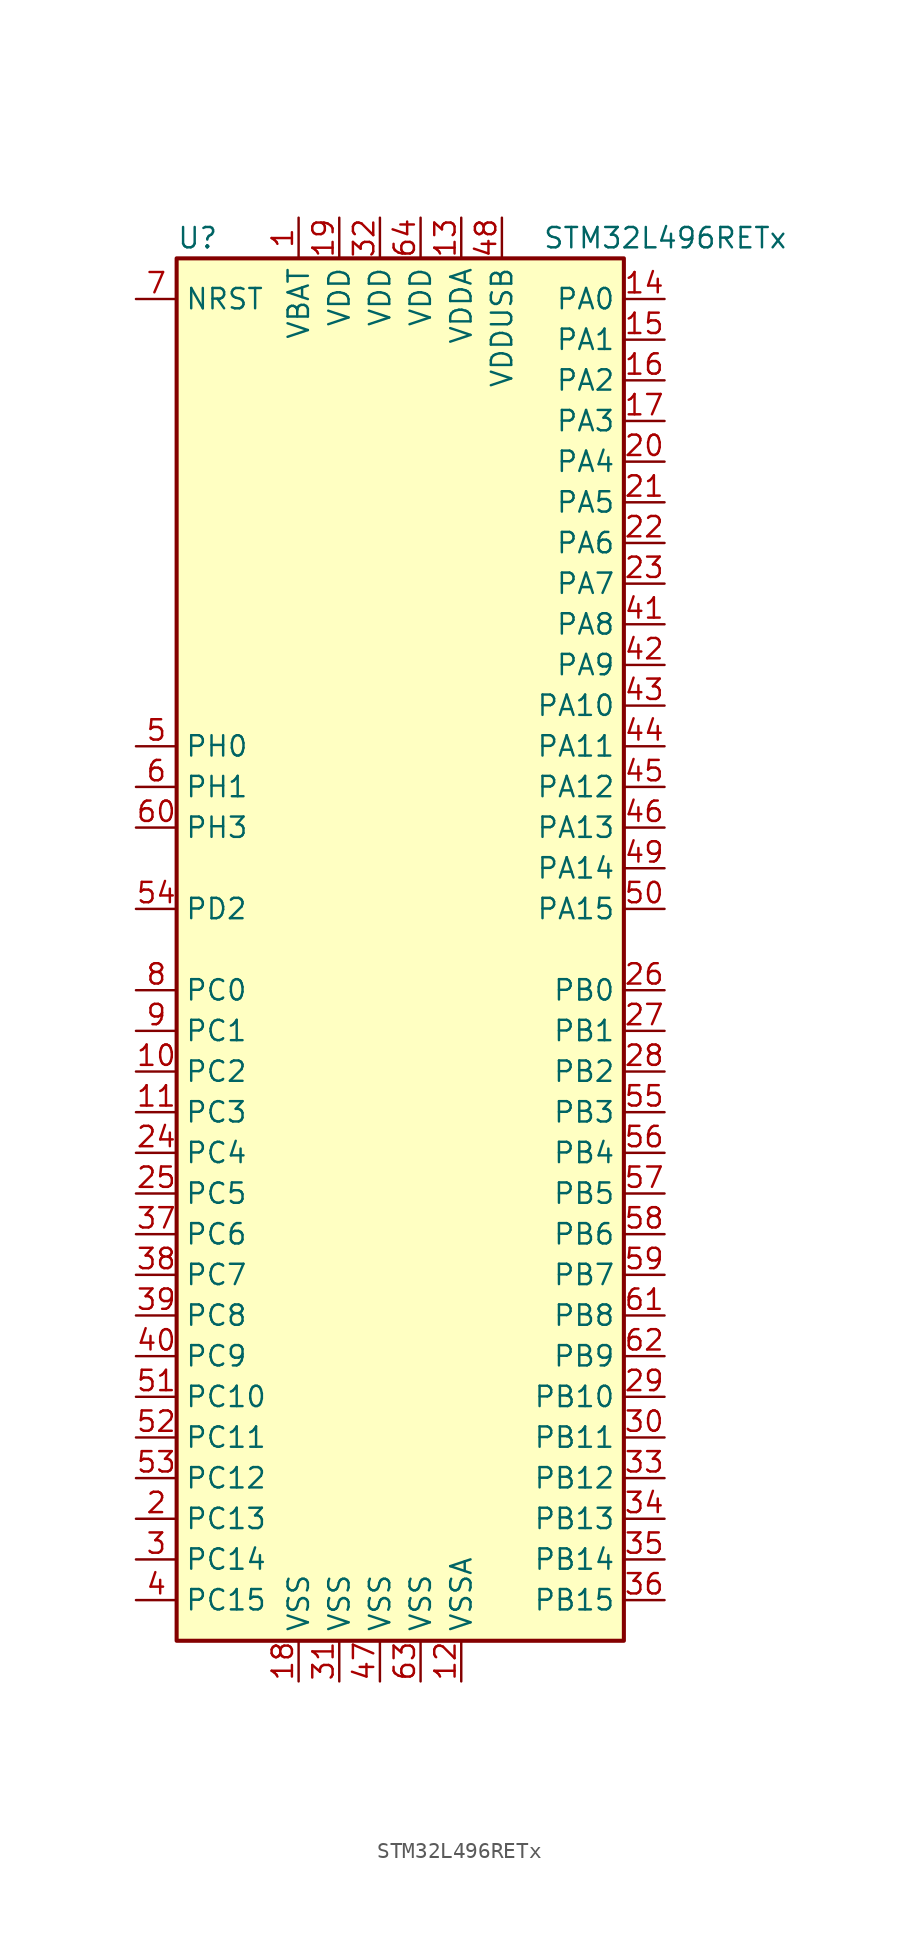
<source format=kicad_sym>
(kicad_symbol_lib
  (version 20201005)
  (generator kicad_symbol_editor)
  (symbol "MCU_ST_STM32L4:STM32L496RETx"
    (property "Reference" "U"
      (at -15.24 44.45 0)
      (effects (font (size 1.27 1.27)) (justify left)))
    (property "Value" "STM32L496RETx"
      (at 7.62 44.45 0)
      (effects (font (size 1.27 1.27)) (justify left)))
    (symbol "STM32L496RETx_0_1"
      (rectangle (start -15.24 -43.18) (end 12.7 43.18) (stroke (width 0.254)) (fill (type background))))
    (symbol "STM32L496RETx_1_1"
      (pin power_in line (at -7.62 45.72 270) (length 2.54) (name "VBAT" (effects (font (size 1.27 1.27)))) (number "1" (effects (font (size 1.27 1.27)))))
      (pin bidirectional line (at -17.78 -7.62 0) (length 2.54) (name "PC2" (effects (font (size 1.27 1.27)))) (number "10" (effects (font (size 1.27 1.27)))))
      (pin bidirectional line (at -17.78 -10.16 0) (length 2.54) (name "PC3" (effects (font (size 1.27 1.27)))) (number "11" (effects (font (size 1.27 1.27)))))
      (pin power_in line (at 2.54 -45.72 90) (length 2.54) (name "VSSA" (effects (font (size 1.27 1.27)))) (number "12" (effects (font (size 1.27 1.27)))))
      (pin power_in line (at 2.54 45.72 270) (length 2.54) (name "VDDA" (effects (font (size 1.27 1.27)))) (number "13" (effects (font (size 1.27 1.27)))))
      (pin bidirectional line (at 15.24 40.64 180) (length 2.54) (name "PA0" (effects (font (size 1.27 1.27)))) (number "14" (effects (font (size 1.27 1.27)))))
      (pin bidirectional line (at 15.24 38.1 180) (length 2.54) (name "PA1" (effects (font (size 1.27 1.27)))) (number "15" (effects (font (size 1.27 1.27)))))
      (pin bidirectional line (at 15.24 35.56 180) (length 2.54) (name "PA2" (effects (font (size 1.27 1.27)))) (number "16" (effects (font (size 1.27 1.27)))))
      (pin bidirectional line (at 15.24 33.02 180) (length 2.54) (name "PA3" (effects (font (size 1.27 1.27)))) (number "17" (effects (font (size 1.27 1.27)))))
      (pin power_in line (at -7.62 -45.72 90) (length 2.54) (name "VSS" (effects (font (size 1.27 1.27)))) (number "18" (effects (font (size 1.27 1.27)))))
      (pin power_in line (at -5.08 45.72 270) (length 2.54) (name "VDD" (effects (font (size 1.27 1.27)))) (number "19" (effects (font (size 1.27 1.27)))))
      (pin bidirectional line (at -17.78 -35.56 0) (length 2.54) (name "PC13" (effects (font (size 1.27 1.27)))) (number "2" (effects (font (size 1.27 1.27)))))
      (pin bidirectional line (at 15.24 30.48 180) (length 2.54) (name "PA4" (effects (font (size 1.27 1.27)))) (number "20" (effects (font (size 1.27 1.27)))))
      (pin bidirectional line (at 15.24 27.94 180) (length 2.54) (name "PA5" (effects (font (size 1.27 1.27)))) (number "21" (effects (font (size 1.27 1.27)))))
      (pin bidirectional line (at 15.24 25.4 180) (length 2.54) (name "PA6" (effects (font (size 1.27 1.27)))) (number "22" (effects (font (size 1.27 1.27)))))
      (pin bidirectional line (at 15.24 22.86 180) (length 2.54) (name "PA7" (effects (font (size 1.27 1.27)))) (number "23" (effects (font (size 1.27 1.27)))))
      (pin bidirectional line (at -17.78 -12.7 0) (length 2.54) (name "PC4" (effects (font (size 1.27 1.27)))) (number "24" (effects (font (size 1.27 1.27)))))
      (pin bidirectional line (at -17.78 -15.24 0) (length 2.54) (name "PC5" (effects (font (size 1.27 1.27)))) (number "25" (effects (font (size 1.27 1.27)))))
      (pin bidirectional line (at 15.24 -2.54 180) (length 2.54) (name "PB0" (effects (font (size 1.27 1.27)))) (number "26" (effects (font (size 1.27 1.27)))))
      (pin bidirectional line (at 15.24 -5.08 180) (length 2.54) (name "PB1" (effects (font (size 1.27 1.27)))) (number "27" (effects (font (size 1.27 1.27)))))
      (pin bidirectional line (at 15.24 -7.62 180) (length 2.54) (name "PB2" (effects (font (size 1.27 1.27)))) (number "28" (effects (font (size 1.27 1.27)))))
      (pin bidirectional line (at 15.24 -27.94 180) (length 2.54) (name "PB10" (effects (font (size 1.27 1.27)))) (number "29" (effects (font (size 1.27 1.27)))))
      (pin bidirectional line (at -17.78 -38.1 0) (length 2.54) (name "PC14" (effects (font (size 1.27 1.27)))) (number "3" (effects (font (size 1.27 1.27)))))
      (pin bidirectional line (at 15.24 -30.48 180) (length 2.54) (name "PB11" (effects (font (size 1.27 1.27)))) (number "30" (effects (font (size 1.27 1.27)))))
      (pin power_in line (at -5.08 -45.72 90) (length 2.54) (name "VSS" (effects (font (size 1.27 1.27)))) (number "31" (effects (font (size 1.27 1.27)))))
      (pin power_in line (at -2.54 45.72 270) (length 2.54) (name "VDD" (effects (font (size 1.27 1.27)))) (number "32" (effects (font (size 1.27 1.27)))))
      (pin bidirectional line (at 15.24 -33.02 180) (length 2.54) (name "PB12" (effects (font (size 1.27 1.27)))) (number "33" (effects (font (size 1.27 1.27)))))
      (pin bidirectional line (at 15.24 -35.56 180) (length 2.54) (name "PB13" (effects (font (size 1.27 1.27)))) (number "34" (effects (font (size 1.27 1.27)))))
      (pin bidirectional line (at 15.24 -38.1 180) (length 2.54) (name "PB14" (effects (font (size 1.27 1.27)))) (number "35" (effects (font (size 1.27 1.27)))))
      (pin bidirectional line (at 15.24 -40.64 180) (length 2.54) (name "PB15" (effects (font (size 1.27 1.27)))) (number "36" (effects (font (size 1.27 1.27)))))
      (pin bidirectional line (at -17.78 -17.78 0) (length 2.54) (name "PC6" (effects (font (size 1.27 1.27)))) (number "37" (effects (font (size 1.27 1.27)))))
      (pin bidirectional line (at -17.78 -20.32 0) (length 2.54) (name "PC7" (effects (font (size 1.27 1.27)))) (number "38" (effects (font (size 1.27 1.27)))))
      (pin bidirectional line (at -17.78 -22.86 0) (length 2.54) (name "PC8" (effects (font (size 1.27 1.27)))) (number "39" (effects (font (size 1.27 1.27)))))
      (pin bidirectional line (at -17.78 -40.64 0) (length 2.54) (name "PC15" (effects (font (size 1.27 1.27)))) (number "4" (effects (font (size 1.27 1.27)))))
      (pin bidirectional line (at -17.78 -25.4 0) (length 2.54) (name "PC9" (effects (font (size 1.27 1.27)))) (number "40" (effects (font (size 1.27 1.27)))))
      (pin bidirectional line (at 15.24 20.32 180) (length 2.54) (name "PA8" (effects (font (size 1.27 1.27)))) (number "41" (effects (font (size 1.27 1.27)))))
      (pin bidirectional line (at 15.24 17.78 180) (length 2.54) (name "PA9" (effects (font (size 1.27 1.27)))) (number "42" (effects (font (size 1.27 1.27)))))
      (pin bidirectional line (at 15.24 15.24 180) (length 2.54) (name "PA10" (effects (font (size 1.27 1.27)))) (number "43" (effects (font (size 1.27 1.27)))))
      (pin bidirectional line (at 15.24 12.7 180) (length 2.54) (name "PA11" (effects (font (size 1.27 1.27)))) (number "44" (effects (font (size 1.27 1.27)))))
      (pin bidirectional line (at 15.24 10.16 180) (length 2.54) (name "PA12" (effects (font (size 1.27 1.27)))) (number "45" (effects (font (size 1.27 1.27)))))
      (pin bidirectional line (at 15.24 7.62 180) (length 2.54) (name "PA13" (effects (font (size 1.27 1.27)))) (number "46" (effects (font (size 1.27 1.27)))))
      (pin power_in line (at -2.54 -45.72 90) (length 2.54) (name "VSS" (effects (font (size 1.27 1.27)))) (number "47" (effects (font (size 1.27 1.27)))))
      (pin power_in line (at 5.08 45.72 270) (length 2.54) (name "VDDUSB" (effects (font (size 1.27 1.27)))) (number "48" (effects (font (size 1.27 1.27)))))
      (pin bidirectional line (at 15.24 5.08 180) (length 2.54) (name "PA14" (effects (font (size 1.27 1.27)))) (number "49" (effects (font (size 1.27 1.27)))))
      (pin input line (at -17.78 12.7 0) (length 2.54) (name "PH0" (effects (font (size 1.27 1.27)))) (number "5" (effects (font (size 1.27 1.27)))))
      (pin bidirectional line (at 15.24 2.54 180) (length 2.54) (name "PA15" (effects (font (size 1.27 1.27)))) (number "50" (effects (font (size 1.27 1.27)))))
      (pin bidirectional line (at -17.78 -27.94 0) (length 2.54) (name "PC10" (effects (font (size 1.27 1.27)))) (number "51" (effects (font (size 1.27 1.27)))))
      (pin bidirectional line (at -17.78 -30.48 0) (length 2.54) (name "PC11" (effects (font (size 1.27 1.27)))) (number "52" (effects (font (size 1.27 1.27)))))
      (pin bidirectional line (at -17.78 -33.02 0) (length 2.54) (name "PC12" (effects (font (size 1.27 1.27)))) (number "53" (effects (font (size 1.27 1.27)))))
      (pin bidirectional line (at -17.78 2.54 0) (length 2.54) (name "PD2" (effects (font (size 1.27 1.27)))) (number "54" (effects (font (size 1.27 1.27)))))
      (pin bidirectional line (at 15.24 -10.16 180) (length 2.54) (name "PB3" (effects (font (size 1.27 1.27)))) (number "55" (effects (font (size 1.27 1.27)))))
      (pin bidirectional line (at 15.24 -12.7 180) (length 2.54) (name "PB4" (effects (font (size 1.27 1.27)))) (number "56" (effects (font (size 1.27 1.27)))))
      (pin bidirectional line (at 15.24 -15.24 180) (length 2.54) (name "PB5" (effects (font (size 1.27 1.27)))) (number "57" (effects (font (size 1.27 1.27)))))
      (pin bidirectional line (at 15.24 -17.78 180) (length 2.54) (name "PB6" (effects (font (size 1.27 1.27)))) (number "58" (effects (font (size 1.27 1.27)))))
      (pin bidirectional line (at 15.24 -20.32 180) (length 2.54) (name "PB7" (effects (font (size 1.27 1.27)))) (number "59" (effects (font (size 1.27 1.27)))))
      (pin input line (at -17.78 10.16 0) (length 2.54) (name "PH1" (effects (font (size 1.27 1.27)))) (number "6" (effects (font (size 1.27 1.27)))))
      (pin bidirectional line (at -17.78 7.62 0) (length 2.54) (name "PH3" (effects (font (size 1.27 1.27)))) (number "60" (effects (font (size 1.27 1.27)))))
      (pin bidirectional line (at 15.24 -22.86 180) (length 2.54) (name "PB8" (effects (font (size 1.27 1.27)))) (number "61" (effects (font (size 1.27 1.27)))))
      (pin bidirectional line (at 15.24 -25.4 180) (length 2.54) (name "PB9" (effects (font (size 1.27 1.27)))) (number "62" (effects (font (size 1.27 1.27)))))
      (pin power_in line (at 0 -45.72 90) (length 2.54) (name "VSS" (effects (font (size 1.27 1.27)))) (number "63" (effects (font (size 1.27 1.27)))))
      (pin power_in line (at 0 45.72 270) (length 2.54) (name "VDD" (effects (font (size 1.27 1.27)))) (number "64" (effects (font (size 1.27 1.27)))))
      (pin input line (at -17.78 40.64 0) (length 2.54) (name "NRST" (effects (font (size 1.27 1.27)))) (number "7" (effects (font (size 1.27 1.27)))))
      (pin bidirectional line (at -17.78 -2.54 0) (length 2.54) (name "PC0" (effects (font (size 1.27 1.27)))) (number "8" (effects (font (size 1.27 1.27)))))
      (pin bidirectional line (at -17.78 -5.08 0) (length 2.54) (name "PC1" (effects (font (size 1.27 1.27)))) (number "9" (effects (font (size 1.27 1.27))))))))
</source>
